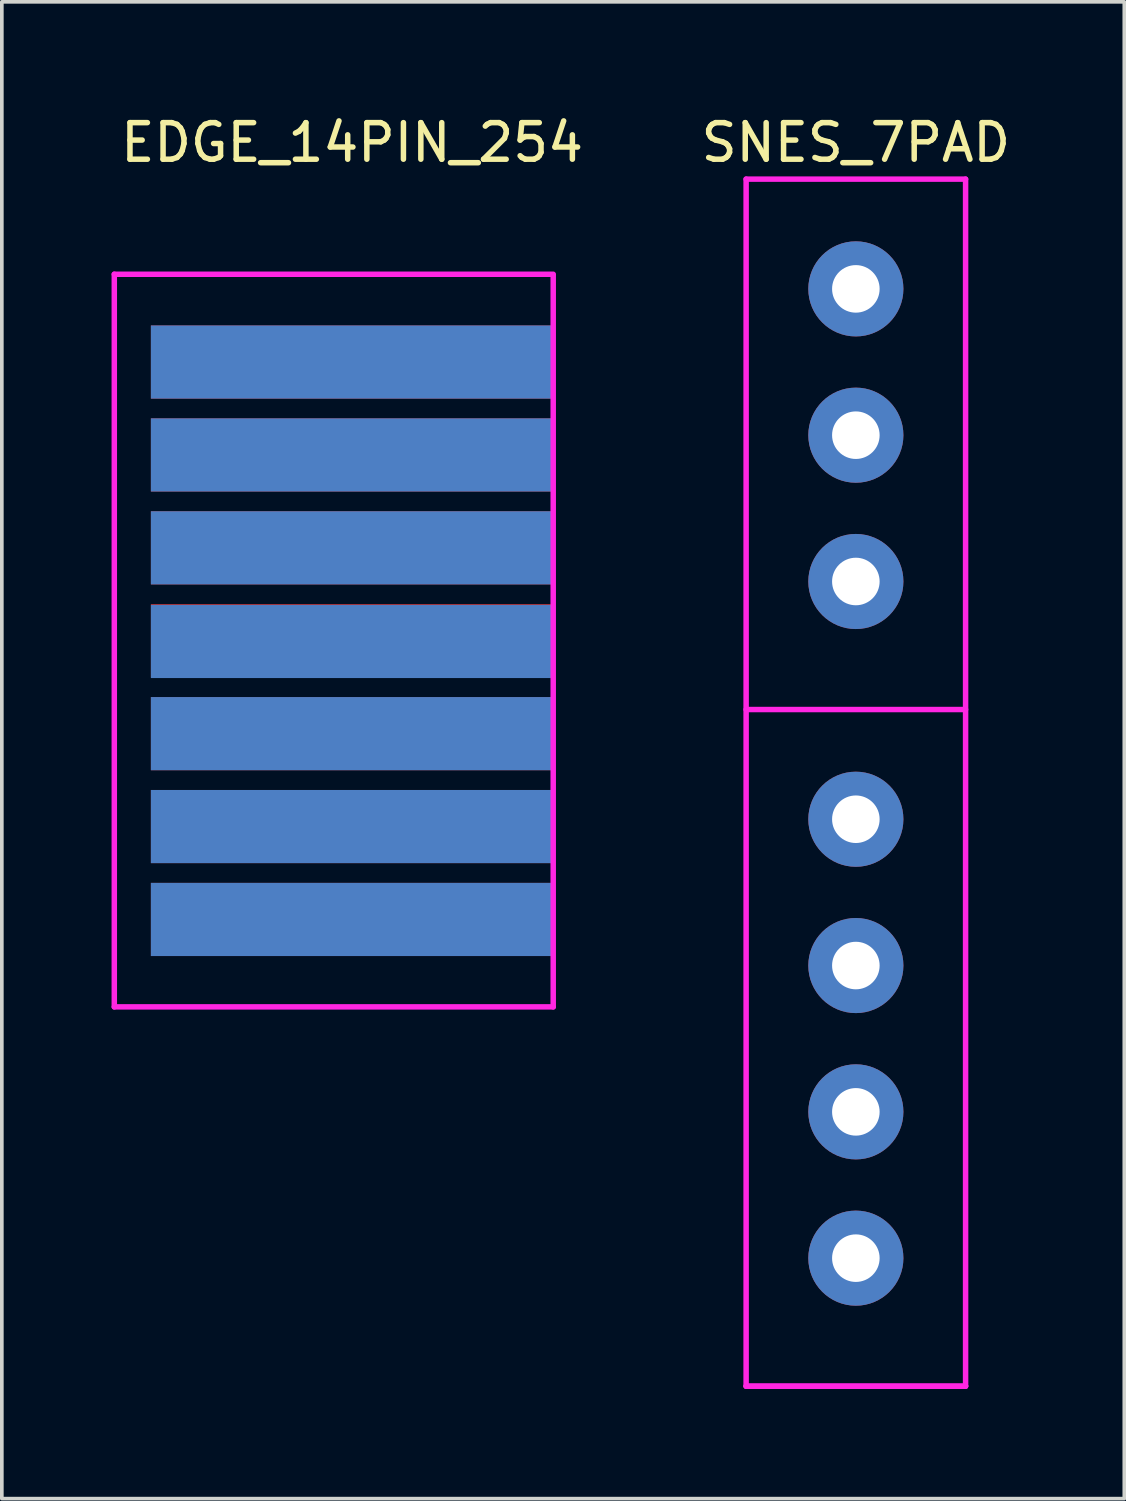
<source format=kicad_pcb>
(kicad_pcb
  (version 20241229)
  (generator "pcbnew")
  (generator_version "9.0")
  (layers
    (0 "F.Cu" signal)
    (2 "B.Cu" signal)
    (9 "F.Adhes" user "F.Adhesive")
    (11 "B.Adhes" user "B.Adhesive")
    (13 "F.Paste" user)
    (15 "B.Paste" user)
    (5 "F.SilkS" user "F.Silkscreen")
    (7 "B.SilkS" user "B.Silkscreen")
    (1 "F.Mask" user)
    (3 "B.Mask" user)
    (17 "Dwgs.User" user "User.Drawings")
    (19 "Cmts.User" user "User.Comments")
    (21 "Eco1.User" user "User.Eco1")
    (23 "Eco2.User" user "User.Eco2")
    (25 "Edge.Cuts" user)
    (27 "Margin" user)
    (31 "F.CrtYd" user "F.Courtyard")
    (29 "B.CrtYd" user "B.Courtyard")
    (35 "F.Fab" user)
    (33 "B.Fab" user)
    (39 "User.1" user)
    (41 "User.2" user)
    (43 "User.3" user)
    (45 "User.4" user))
  (footprint "SNES_7PAD"
    (layer "F.Cu")
    (at 20.349 4.848)
    (property "Reference" "SNES_7PAD" (at 0 -4 0) (layer "F.SilkS") (effects (font (size 1 1) (thickness 0.15))))
    (attr through_hole)
    (fp_line (start -3 -3) (end -3 30) (stroke (width 0.15) (type solid)) (layer "F.CrtYd"))
    (fp_line (start -3 -3) (end 3 -3) (stroke (width 0.15) (type solid)) (layer "F.CrtYd"))
    (fp_line (start -3 11.5) (end 3 11.5) (stroke (width 0.15) (type solid)) (layer "F.CrtYd"))
    (fp_line (start -3 30) (end 3 30) (stroke (width 0.15) (type solid)) (layer "F.CrtYd"))
    (fp_line (start -3 30) (end 3 30) (stroke (width 0.15) (type solid)) (layer "F.CrtYd"))
    (fp_line (start 3 30) (end 3 -3) (stroke (width 0.15) (type solid)) (layer "F.CrtYd"))
    (pad "1" thru_hole circle (at 0 0) (size 2.6 2.6) (drill 1.3) (layers "*.Cu" "*.Mask"))
    (pad "2" thru_hole circle (at 0 4) (size 2.6 2.6) (drill 1.3) (layers "*.Cu" "*.Mask"))
    (pad "3" thru_hole circle (at 0 8) (size 2.6 2.6) (drill 1.3) (layers "*.Cu" "*.Mask"))
    (pad "4" thru_hole circle (at 0 14.5) (size 2.6 2.6) (drill 1.3) (layers "*.Cu" "*.Mask"))
    (pad "5" thru_hole circle (at 0 18.5) (size 2.6 2.6) (drill 1.3) (layers "*.Cu" "*.Mask"))
    (pad "6" thru_hole circle (at 0 22.5) (size 2.6 2.6) (drill 1.3) (layers "*.Cu" "*.Mask"))
    (pad "7" thru_hole circle (at 0 26.5) (size 2.6 2.6) (drill 1.3) (layers "*.Cu" "*.Mask")))
  (footprint "EDGE_14PIN_254"
    (layer "F.Cu")
    (at 6.575 6.848)
    (property "Reference" "EDGE_14PIN_254" (at 0 -6 0) (layer "F.SilkS") (effects (font (size 1 1) (thickness 0.15))))
    (attr through_hole)
    (fp_line (start -6.5 -2.4) (end -6.5 17.63) (stroke (width 0.15) (type solid)) (layer "F.CrtYd"))
    (fp_line (start 5.5 -2.4) (end -6.5 -2.4) (stroke (width 0.15) (type solid)) (layer "F.CrtYd"))
    (fp_line (start 5.5 -2.37) (end 5.5 17.63) (stroke (width 0.15) (type solid)) (layer "F.CrtYd"))
    (fp_line (start 5.5 17.63) (end -6.5 17.63) (stroke (width 0.15) (type solid)) (layer "F.CrtYd"))
    (pad "1" connect rect (at 0 0) (size 11 2) (layers "F.Cu" "F.Mask"))
    (pad "2" connect rect (at 0 0) (size 11 2) (layers "B.Cu" "B.Mask"))
    (pad "3" connect rect (at 0 2.54) (size 11 2) (layers "F.Cu" "F.Mask"))
    (pad "4" connect rect (at 0 2.54) (size 11 2) (layers "B.Cu" "B.Mask"))
    (pad "5" connect rect (at 0 5.08) (size 11 2) (layers "F.Cu" "F.Mask"))
    (pad "6" connect rect (at 0 5.08) (size 11 2) (layers "B.Cu" "B.Mask"))
    (pad "7" connect rect (at 0 7.62) (size 11 2) (layers "F.Cu" "F.Mask"))
    (pad "8" connect rect (at 0 7.64) (size 11 2) (layers "B.Cu" "B.Mask"))
    (pad "9" connect rect (at 0 10.16) (size 11 2) (layers "F.Cu" "F.Mask"))
    (pad "10" connect rect (at 0 10.16) (size 11 2) (layers "B.Cu" "B.Mask"))
    (pad "11" connect rect (at 0 12.7) (size 11 2) (layers "F.Cu" "F.Mask"))
    (pad "12" connect rect (at 0 12.7) (size 11 2) (layers "B.Cu" "B.Mask"))
    (pad "13" connect rect (at 0 15.24) (size 11 2) (layers "F.Cu" "F.Mask"))
    (pad "14" connect rect (at 0 15.24) (size 11 2) (layers "B.Cu" "B.Mask")))
  (gr_rect
    (start -3 -3)
    (end 27.688 37.923)
    (stroke (width 0.1) (type default))
    (fill no)
    (layer "Edge.Cuts")))
</source>
